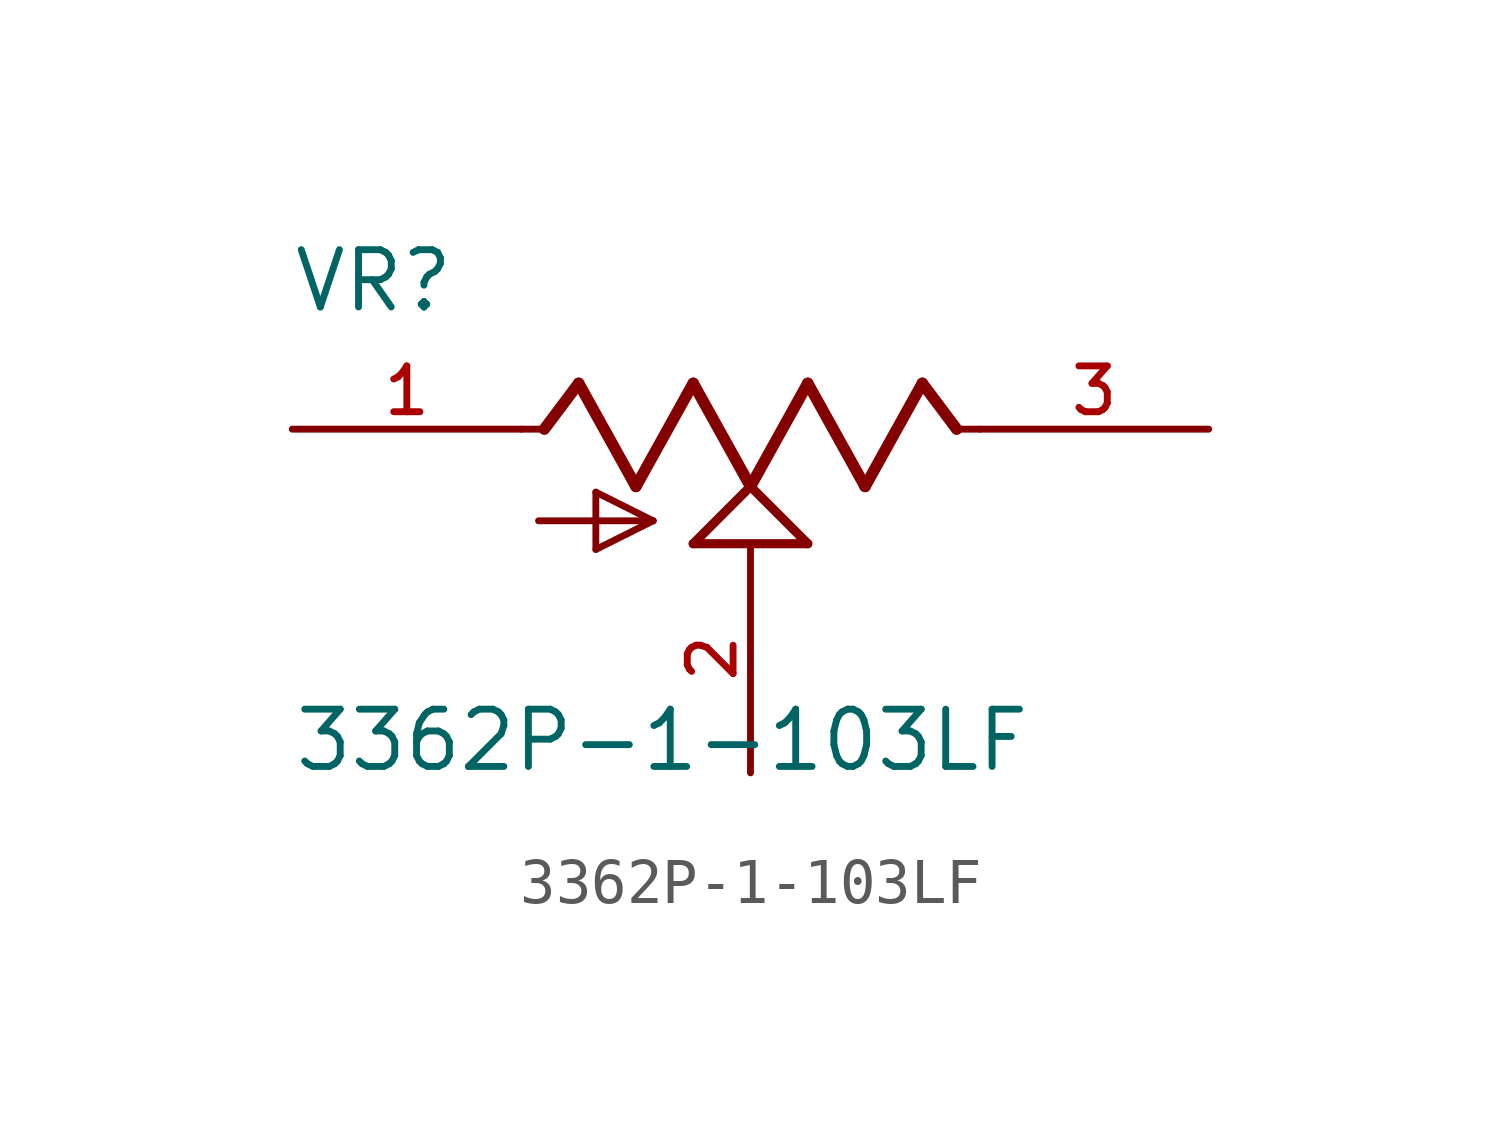
<source format=kicad_sym>
(kicad_symbol_lib
  (version 20211014)
  (generator kicad_symbol_editor)
  (symbol "3362P-1-103LF"
    (pin_names
      (offset 1.016))
    (property "Reference" "VR"
      (at -10.182 2.546 0)
      (effects (font (size 1.27 1.27)) (justify bottom left)))
    (property "Value" "3362P-1-103LF"
      (at -10.165 -7.642 0)
      (effects (font (size 1.27 1.27)) (justify bottom left)))
    (symbol "3362P-1-103LF_0_0"
      (polyline (pts (xy -5.08 0.0) (xy -4.572 0.0)) (stroke (width 0.152)))
      (polyline (pts (xy -4.572 0.0) (xy -3.81 1.016)) (stroke (width 0.254)))
      (polyline (pts (xy -3.81 1.016) (xy -2.54 -1.27)) (stroke (width 0.254)))
      (polyline (pts (xy -2.54 -1.27) (xy -1.27 1.016)) (stroke (width 0.254)))
      (polyline (pts (xy -1.27 1.016) (xy 0.0 -1.27)) (stroke (width 0.254)))
      (polyline (pts (xy 0.0 -1.27) (xy 1.27 1.016)) (stroke (width 0.254)))
      (polyline (pts (xy 1.27 1.016) (xy 2.54 -1.27)) (stroke (width 0.254)))
      (polyline (pts (xy 2.54 -1.27) (xy 3.81 1.016)) (stroke (width 0.254)))
      (polyline (pts (xy 3.81 1.016) (xy 4.572 0.0)) (stroke (width 0.254)))
      (polyline (pts (xy 4.572 0.0) (xy 5.08 0.0)) (stroke (width 0.152)))
      (polyline (pts (xy 0.0 -1.27) (xy 1.27 -2.54)) (stroke (width 0.203)))
      (polyline (pts (xy -1.27 -2.54) (xy 0.0 -1.27)) (stroke (width 0.203)))
      (polyline (pts (xy 1.27 -2.54) (xy -1.27 -2.54)) (stroke (width 0.203)))
      (polyline (pts (xy -4.699 -2.032) (xy -2.159 -2.032)) (stroke (width 0.152)))
      (polyline (pts (xy -2.159 -2.032) (xy -3.429 -2.667)) (stroke (width 0.152)))
      (polyline (pts (xy -3.429 -2.667) (xy -3.429 -1.397)) (stroke (width 0.152)))
      (polyline (pts (xy -3.429 -1.397) (xy -2.159 -2.032)) (stroke (width 0.152)))
      (pin passive line (at -10.16 0.0 0) (length 5.08) (name "~" (effects (font (size 1.016 1.016)))) (number "1" (effects (font (size 1.016 1.016)))))
      (pin passive line (at 0.0 -7.62 90.0) (length 5.08) (name "~" (effects (font (size 1.016 1.016)))) (number "2" (effects (font (size 1.016 1.016)))))
      (pin passive line (at 10.16 0.0 180.0) (length 5.08) (name "~" (effects (font (size 1.016 1.016)))) (number "3" (effects (font (size 1.016 1.016))))))))
</source>
